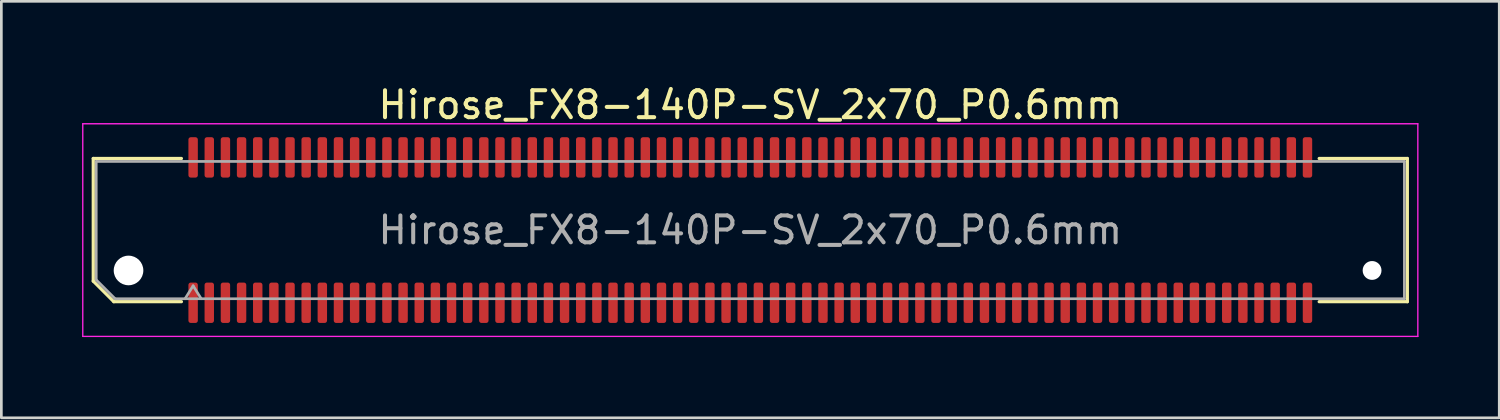
<source format=kicad_pcb>
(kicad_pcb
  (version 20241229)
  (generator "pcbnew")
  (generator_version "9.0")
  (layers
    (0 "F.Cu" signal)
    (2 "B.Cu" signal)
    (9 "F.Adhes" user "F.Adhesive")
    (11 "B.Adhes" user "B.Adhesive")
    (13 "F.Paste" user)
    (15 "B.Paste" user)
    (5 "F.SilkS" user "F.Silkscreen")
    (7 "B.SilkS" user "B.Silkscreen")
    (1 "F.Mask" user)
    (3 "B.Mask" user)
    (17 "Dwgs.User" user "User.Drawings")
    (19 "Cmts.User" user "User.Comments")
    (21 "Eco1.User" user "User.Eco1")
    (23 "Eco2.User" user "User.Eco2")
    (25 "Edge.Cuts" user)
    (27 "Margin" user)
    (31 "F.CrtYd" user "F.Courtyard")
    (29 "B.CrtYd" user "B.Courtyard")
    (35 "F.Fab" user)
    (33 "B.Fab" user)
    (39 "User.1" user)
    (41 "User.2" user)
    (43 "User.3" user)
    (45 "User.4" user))
  (footprint "Hirose_FX8-140P-SV_2x70_P0.6mm"
    (layer "F.Cu")
    (at 24.825 5.498)
    (property "Reference" "Hirose_FX8-140P-SV_2x70_P0.6mm" (at 0 -4.65 0) (layer "F.SilkS") (effects (font (size 1 1) (thickness 0.15))))
    (attr smd)
    (fp_line (start -24.41 -2.66) (end -21.135 -2.66) (stroke (width 0.12) (type solid)) (layer "F.SilkS"))
    (fp_line (start -24.41 1.896) (end -24.41 -2.66) (stroke (width 0.12) (type solid)) (layer "F.SilkS"))
    (fp_line (start -23.646 2.66) (end -24.41 1.896) (stroke (width 0.12) (type solid)) (layer "F.SilkS"))
    (fp_line (start -21.135 2.66) (end -23.646 2.66) (stroke (width 0.12) (type solid)) (layer "F.SilkS"))
    (fp_line (start 21.135 -2.66) (end 24.41 -2.66) (stroke (width 0.12) (type solid)) (layer "F.SilkS"))
    (fp_line (start 24.41 -2.66) (end 24.41 2.66) (stroke (width 0.12) (type solid)) (layer "F.SilkS"))
    (fp_line (start 24.41 2.66) (end 21.135 2.66) (stroke (width 0.12) (type solid)) (layer "F.SilkS"))
    (fp_line (start -24.8 -3.95) (end -24.8 3.95) (stroke (width 0.05) (type solid)) (layer "F.CrtYd"))
    (fp_line (start -24.8 3.95) (end 24.8 3.95) (stroke (width 0.05) (type solid)) (layer "F.CrtYd"))
    (fp_line (start 24.8 -3.95) (end -24.8 -3.95) (stroke (width 0.05) (type solid)) (layer "F.CrtYd"))
    (fp_line (start 24.8 3.95) (end 24.8 -3.95) (stroke (width 0.05) (type solid)) (layer "F.CrtYd"))
    (fp_line (start -24.3 -2.55) (end 24.3 -2.55) (stroke (width 0.1) (type solid)) (layer "F.Fab"))
    (fp_line (start -24.3 1.85) (end -24.3 -2.55) (stroke (width 0.1) (type solid)) (layer "F.Fab"))
    (fp_line (start -23.6 2.55) (end -24.3 1.85) (stroke (width 0.1) (type solid)) (layer "F.Fab"))
    (fp_line (start -21 2.55) (end -20.7 2.07) (stroke (width 0.1) (type solid)) (layer "F.Fab"))
    (fp_line (start -20.7 2.07) (end -20.4 2.55) (stroke (width 0.1) (type solid)) (layer "F.Fab"))
    (fp_line (start 24.3 -2.55) (end 24.3 2.55) (stroke (width 0.1) (type solid)) (layer "F.Fab"))
    (fp_line (start 24.3 2.55) (end -23.6 2.55) (stroke (width 0.1) (type solid)) (layer "F.Fab"))
    (fp_text user "${REFERENCE}" (at 0 0 0) (layer "F.Fab") (effects (font (size 1 1) (thickness 0.15))))
    (pad "" np_thru_hole circle (at -23.1 1.5) (size 1.1 1.1) (drill 1.1) (layers "*.Cu" "*.Mask"))
    (pad "" np_thru_hole circle (at 23.1 1.5) (size 0.7 0.7) (drill 0.7) (layers "*.Cu" "*.Mask"))
    (pad "1" smd roundrect (at -20.7 2.7) (size 0.35 1.5) (layers "F.Cu" "F.Mask" "F.Paste") (roundrect_rratio 0.25))
    (pad "2" smd roundrect (at -20.7 -2.7) (size 0.35 1.5) (layers "F.Cu" "F.Mask" "F.Paste") (roundrect_rratio 0.25))
    (pad "3" smd roundrect (at -20.1 2.7) (size 0.35 1.5) (layers "F.Cu" "F.Mask" "F.Paste") (roundrect_rratio 0.25))
    (pad "4" smd roundrect (at -20.1 -2.7) (size 0.35 1.5) (layers "F.Cu" "F.Mask" "F.Paste") (roundrect_rratio 0.25))
    (pad "5" smd roundrect (at -19.5 2.7) (size 0.35 1.5) (layers "F.Cu" "F.Mask" "F.Paste") (roundrect_rratio 0.25))
    (pad "6" smd roundrect (at -19.5 -2.7) (size 0.35 1.5) (layers "F.Cu" "F.Mask" "F.Paste") (roundrect_rratio 0.25))
    (pad "7" smd roundrect (at -18.9 2.7) (size 0.35 1.5) (layers "F.Cu" "F.Mask" "F.Paste") (roundrect_rratio 0.25))
    (pad "8" smd roundrect (at -18.9 -2.7) (size 0.35 1.5) (layers "F.Cu" "F.Mask" "F.Paste") (roundrect_rratio 0.25))
    (pad "9" smd roundrect (at -18.3 2.7) (size 0.35 1.5) (layers "F.Cu" "F.Mask" "F.Paste") (roundrect_rratio 0.25))
    (pad "10" smd roundrect (at -18.3 -2.7) (size 0.35 1.5) (layers "F.Cu" "F.Mask" "F.Paste") (roundrect_rratio 0.25))
    (pad "11" smd roundrect (at -17.7 2.7) (size 0.35 1.5) (layers "F.Cu" "F.Mask" "F.Paste") (roundrect_rratio 0.25))
    (pad "12" smd roundrect (at -17.7 -2.7) (size 0.35 1.5) (layers "F.Cu" "F.Mask" "F.Paste") (roundrect_rratio 0.25))
    (pad "13" smd roundrect (at -17.1 2.7) (size 0.35 1.5) (layers "F.Cu" "F.Mask" "F.Paste") (roundrect_rratio 0.25))
    (pad "14" smd roundrect (at -17.1 -2.7) (size 0.35 1.5) (layers "F.Cu" "F.Mask" "F.Paste") (roundrect_rratio 0.25))
    (pad "15" smd roundrect (at -16.5 2.7) (size 0.35 1.5) (layers "F.Cu" "F.Mask" "F.Paste") (roundrect_rratio 0.25))
    (pad "16" smd roundrect (at -16.5 -2.7) (size 0.35 1.5) (layers "F.Cu" "F.Mask" "F.Paste") (roundrect_rratio 0.25))
    (pad "17" smd roundrect (at -15.9 2.7) (size 0.35 1.5) (layers "F.Cu" "F.Mask" "F.Paste") (roundrect_rratio 0.25))
    (pad "18" smd roundrect (at -15.9 -2.7) (size 0.35 1.5) (layers "F.Cu" "F.Mask" "F.Paste") (roundrect_rratio 0.25))
    (pad "19" smd roundrect (at -15.3 2.7) (size 0.35 1.5) (layers "F.Cu" "F.Mask" "F.Paste") (roundrect_rratio 0.25))
    (pad "20" smd roundrect (at -15.3 -2.7) (size 0.35 1.5) (layers "F.Cu" "F.Mask" "F.Paste") (roundrect_rratio 0.25))
    (pad "21" smd roundrect (at -14.7 2.7) (size 0.35 1.5) (layers "F.Cu" "F.Mask" "F.Paste") (roundrect_rratio 0.25))
    (pad "22" smd roundrect (at -14.7 -2.7) (size 0.35 1.5) (layers "F.Cu" "F.Mask" "F.Paste") (roundrect_rratio 0.25))
    (pad "23" smd roundrect (at -14.1 2.7) (size 0.35 1.5) (layers "F.Cu" "F.Mask" "F.Paste") (roundrect_rratio 0.25))
    (pad "24" smd roundrect (at -14.1 -2.7) (size 0.35 1.5) (layers "F.Cu" "F.Mask" "F.Paste") (roundrect_rratio 0.25))
    (pad "25" smd roundrect (at -13.5 2.7) (size 0.35 1.5) (layers "F.Cu" "F.Mask" "F.Paste") (roundrect_rratio 0.25))
    (pad "26" smd roundrect (at -13.5 -2.7) (size 0.35 1.5) (layers "F.Cu" "F.Mask" "F.Paste") (roundrect_rratio 0.25))
    (pad "27" smd roundrect (at -12.9 2.7) (size 0.35 1.5) (layers "F.Cu" "F.Mask" "F.Paste") (roundrect_rratio 0.25))
    (pad "28" smd roundrect (at -12.9 -2.7) (size 0.35 1.5) (layers "F.Cu" "F.Mask" "F.Paste") (roundrect_rratio 0.25))
    (pad "29" smd roundrect (at -12.3 2.7) (size 0.35 1.5) (layers "F.Cu" "F.Mask" "F.Paste") (roundrect_rratio 0.25))
    (pad "30" smd roundrect (at -12.3 -2.7) (size 0.35 1.5) (layers "F.Cu" "F.Mask" "F.Paste") (roundrect_rratio 0.25))
    (pad "31" smd roundrect (at -11.7 2.7) (size 0.35 1.5) (layers "F.Cu" "F.Mask" "F.Paste") (roundrect_rratio 0.25))
    (pad "32" smd roundrect (at -11.7 -2.7) (size 0.35 1.5) (layers "F.Cu" "F.Mask" "F.Paste") (roundrect_rratio 0.25))
    (pad "33" smd roundrect (at -11.1 2.7) (size 0.35 1.5) (layers "F.Cu" "F.Mask" "F.Paste") (roundrect_rratio 0.25))
    (pad "34" smd roundrect (at -11.1 -2.7) (size 0.35 1.5) (layers "F.Cu" "F.Mask" "F.Paste") (roundrect_rratio 0.25))
    (pad "35" smd roundrect (at -10.5 2.7) (size 0.35 1.5) (layers "F.Cu" "F.Mask" "F.Paste") (roundrect_rratio 0.25))
    (pad "36" smd roundrect (at -10.5 -2.7) (size 0.35 1.5) (layers "F.Cu" "F.Mask" "F.Paste") (roundrect_rratio 0.25))
    (pad "37" smd roundrect (at -9.9 2.7) (size 0.35 1.5) (layers "F.Cu" "F.Mask" "F.Paste") (roundrect_rratio 0.25))
    (pad "38" smd roundrect (at -9.9 -2.7) (size 0.35 1.5) (layers "F.Cu" "F.Mask" "F.Paste") (roundrect_rratio 0.25))
    (pad "39" smd roundrect (at -9.3 2.7) (size 0.35 1.5) (layers "F.Cu" "F.Mask" "F.Paste") (roundrect_rratio 0.25))
    (pad "40" smd roundrect (at -9.3 -2.7) (size 0.35 1.5) (layers "F.Cu" "F.Mask" "F.Paste") (roundrect_rratio 0.25))
    (pad "41" smd roundrect (at -8.7 2.7) (size 0.35 1.5) (layers "F.Cu" "F.Mask" "F.Paste") (roundrect_rratio 0.25))
    (pad "42" smd roundrect (at -8.7 -2.7) (size 0.35 1.5) (layers "F.Cu" "F.Mask" "F.Paste") (roundrect_rratio 0.25))
    (pad "43" smd roundrect (at -8.1 2.7) (size 0.35 1.5) (layers "F.Cu" "F.Mask" "F.Paste") (roundrect_rratio 0.25))
    (pad "44" smd roundrect (at -8.1 -2.7) (size 0.35 1.5) (layers "F.Cu" "F.Mask" "F.Paste") (roundrect_rratio 0.25))
    (pad "45" smd roundrect (at -7.5 2.7) (size 0.35 1.5) (layers "F.Cu" "F.Mask" "F.Paste") (roundrect_rratio 0.25))
    (pad "46" smd roundrect (at -7.5 -2.7) (size 0.35 1.5) (layers "F.Cu" "F.Mask" "F.Paste") (roundrect_rratio 0.25))
    (pad "47" smd roundrect (at -6.9 2.7) (size 0.35 1.5) (layers "F.Cu" "F.Mask" "F.Paste") (roundrect_rratio 0.25))
    (pad "48" smd roundrect (at -6.9 -2.7) (size 0.35 1.5) (layers "F.Cu" "F.Mask" "F.Paste") (roundrect_rratio 0.25))
    (pad "49" smd roundrect (at -6.3 2.7) (size 0.35 1.5) (layers "F.Cu" "F.Mask" "F.Paste") (roundrect_rratio 0.25))
    (pad "50" smd roundrect (at -6.3 -2.7) (size 0.35 1.5) (layers "F.Cu" "F.Mask" "F.Paste") (roundrect_rratio 0.25))
    (pad "51" smd roundrect (at -5.7 2.7) (size 0.35 1.5) (layers "F.Cu" "F.Mask" "F.Paste") (roundrect_rratio 0.25))
    (pad "52" smd roundrect (at -5.7 -2.7) (size 0.35 1.5) (layers "F.Cu" "F.Mask" "F.Paste") (roundrect_rratio 0.25))
    (pad "53" smd roundrect (at -5.1 2.7) (size 0.35 1.5) (layers "F.Cu" "F.Mask" "F.Paste") (roundrect_rratio 0.25))
    (pad "54" smd roundrect (at -5.1 -2.7) (size 0.35 1.5) (layers "F.Cu" "F.Mask" "F.Paste") (roundrect_rratio 0.25))
    (pad "55" smd roundrect (at -4.5 2.7) (size 0.35 1.5) (layers "F.Cu" "F.Mask" "F.Paste") (roundrect_rratio 0.25))
    (pad "56" smd roundrect (at -4.5 -2.7) (size 0.35 1.5) (layers "F.Cu" "F.Mask" "F.Paste") (roundrect_rratio 0.25))
    (pad "57" smd roundrect (at -3.9 2.7) (size 0.35 1.5) (layers "F.Cu" "F.Mask" "F.Paste") (roundrect_rratio 0.25))
    (pad "58" smd roundrect (at -3.9 -2.7) (size 0.35 1.5) (layers "F.Cu" "F.Mask" "F.Paste") (roundrect_rratio 0.25))
    (pad "59" smd roundrect (at -3.3 2.7) (size 0.35 1.5) (layers "F.Cu" "F.Mask" "F.Paste") (roundrect_rratio 0.25))
    (pad "60" smd roundrect (at -3.3 -2.7) (size 0.35 1.5) (layers "F.Cu" "F.Mask" "F.Paste") (roundrect_rratio 0.25))
    (pad "61" smd roundrect (at -2.7 2.7) (size 0.35 1.5) (layers "F.Cu" "F.Mask" "F.Paste") (roundrect_rratio 0.25))
    (pad "62" smd roundrect (at -2.7 -2.7) (size 0.35 1.5) (layers "F.Cu" "F.Mask" "F.Paste") (roundrect_rratio 0.25))
    (pad "63" smd roundrect (at -2.1 2.7) (size 0.35 1.5) (layers "F.Cu" "F.Mask" "F.Paste") (roundrect_rratio 0.25))
    (pad "64" smd roundrect (at -2.1 -2.7) (size 0.35 1.5) (layers "F.Cu" "F.Mask" "F.Paste") (roundrect_rratio 0.25))
    (pad "65" smd roundrect (at -1.5 2.7) (size 0.35 1.5) (layers "F.Cu" "F.Mask" "F.Paste") (roundrect_rratio 0.25))
    (pad "66" smd roundrect (at -1.5 -2.7) (size 0.35 1.5) (layers "F.Cu" "F.Mask" "F.Paste") (roundrect_rratio 0.25))
    (pad "67" smd roundrect (at -0.9 2.7) (size 0.35 1.5) (layers "F.Cu" "F.Mask" "F.Paste") (roundrect_rratio 0.25))
    (pad "68" smd roundrect (at -0.9 -2.7) (size 0.35 1.5) (layers "F.Cu" "F.Mask" "F.Paste") (roundrect_rratio 0.25))
    (pad "69" smd roundrect (at -0.3 2.7) (size 0.35 1.5) (layers "F.Cu" "F.Mask" "F.Paste") (roundrect_rratio 0.25))
    (pad "70" smd roundrect (at -0.3 -2.7) (size 0.35 1.5) (layers "F.Cu" "F.Mask" "F.Paste") (roundrect_rratio 0.25))
    (pad "71" smd roundrect (at 0.3 2.7) (size 0.35 1.5) (layers "F.Cu" "F.Mask" "F.Paste") (roundrect_rratio 0.25))
    (pad "72" smd roundrect (at 0.3 -2.7) (size 0.35 1.5) (layers "F.Cu" "F.Mask" "F.Paste") (roundrect_rratio 0.25))
    (pad "73" smd roundrect (at 0.9 2.7) (size 0.35 1.5) (layers "F.Cu" "F.Mask" "F.Paste") (roundrect_rratio 0.25))
    (pad "74" smd roundrect (at 0.9 -2.7) (size 0.35 1.5) (layers "F.Cu" "F.Mask" "F.Paste") (roundrect_rratio 0.25))
    (pad "75" smd roundrect (at 1.5 2.7) (size 0.35 1.5) (layers "F.Cu" "F.Mask" "F.Paste") (roundrect_rratio 0.25))
    (pad "76" smd roundrect (at 1.5 -2.7) (size 0.35 1.5) (layers "F.Cu" "F.Mask" "F.Paste") (roundrect_rratio 0.25))
    (pad "77" smd roundrect (at 2.1 2.7) (size 0.35 1.5) (layers "F.Cu" "F.Mask" "F.Paste") (roundrect_rratio 0.25))
    (pad "78" smd roundrect (at 2.1 -2.7) (size 0.35 1.5) (layers "F.Cu" "F.Mask" "F.Paste") (roundrect_rratio 0.25))
    (pad "79" smd roundrect (at 2.7 2.7) (size 0.35 1.5) (layers "F.Cu" "F.Mask" "F.Paste") (roundrect_rratio 0.25))
    (pad "80" smd roundrect (at 2.7 -2.7) (size 0.35 1.5) (layers "F.Cu" "F.Mask" "F.Paste") (roundrect_rratio 0.25))
    (pad "81" smd roundrect (at 3.3 2.7) (size 0.35 1.5) (layers "F.Cu" "F.Mask" "F.Paste") (roundrect_rratio 0.25))
    (pad "82" smd roundrect (at 3.3 -2.7) (size 0.35 1.5) (layers "F.Cu" "F.Mask" "F.Paste") (roundrect_rratio 0.25))
    (pad "83" smd roundrect (at 3.9 2.7) (size 0.35 1.5) (layers "F.Cu" "F.Mask" "F.Paste") (roundrect_rratio 0.25))
    (pad "84" smd roundrect (at 3.9 -2.7) (size 0.35 1.5) (layers "F.Cu" "F.Mask" "F.Paste") (roundrect_rratio 0.25))
    (pad "85" smd roundrect (at 4.5 2.7) (size 0.35 1.5) (layers "F.Cu" "F.Mask" "F.Paste") (roundrect_rratio 0.25))
    (pad "86" smd roundrect (at 4.5 -2.7) (size 0.35 1.5) (layers "F.Cu" "F.Mask" "F.Paste") (roundrect_rratio 0.25))
    (pad "87" smd roundrect (at 5.1 2.7) (size 0.35 1.5) (layers "F.Cu" "F.Mask" "F.Paste") (roundrect_rratio 0.25))
    (pad "88" smd roundrect (at 5.1 -2.7) (size 0.35 1.5) (layers "F.Cu" "F.Mask" "F.Paste") (roundrect_rratio 0.25))
    (pad "89" smd roundrect (at 5.7 2.7) (size 0.35 1.5) (layers "F.Cu" "F.Mask" "F.Paste") (roundrect_rratio 0.25))
    (pad "90" smd roundrect (at 5.7 -2.7) (size 0.35 1.5) (layers "F.Cu" "F.Mask" "F.Paste") (roundrect_rratio 0.25))
    (pad "91" smd roundrect (at 6.3 2.7) (size 0.35 1.5) (layers "F.Cu" "F.Mask" "F.Paste") (roundrect_rratio 0.25))
    (pad "92" smd roundrect (at 6.3 -2.7) (size 0.35 1.5) (layers "F.Cu" "F.Mask" "F.Paste") (roundrect_rratio 0.25))
    (pad "93" smd roundrect (at 6.9 2.7) (size 0.35 1.5) (layers "F.Cu" "F.Mask" "F.Paste") (roundrect_rratio 0.25))
    (pad "94" smd roundrect (at 6.9 -2.7) (size 0.35 1.5) (layers "F.Cu" "F.Mask" "F.Paste") (roundrect_rratio 0.25))
    (pad "95" smd roundrect (at 7.5 2.7) (size 0.35 1.5) (layers "F.Cu" "F.Mask" "F.Paste") (roundrect_rratio 0.25))
    (pad "96" smd roundrect (at 7.5 -2.7) (size 0.35 1.5) (layers "F.Cu" "F.Mask" "F.Paste") (roundrect_rratio 0.25))
    (pad "97" smd roundrect (at 8.1 2.7) (size 0.35 1.5) (layers "F.Cu" "F.Mask" "F.Paste") (roundrect_rratio 0.25))
    (pad "98" smd roundrect (at 8.1 -2.7) (size 0.35 1.5) (layers "F.Cu" "F.Mask" "F.Paste") (roundrect_rratio 0.25))
    (pad "99" smd roundrect (at 8.7 2.7) (size 0.35 1.5) (layers "F.Cu" "F.Mask" "F.Paste") (roundrect_rratio 0.25))
    (pad "100" smd roundrect (at 8.7 -2.7) (size 0.35 1.5) (layers "F.Cu" "F.Mask" "F.Paste") (roundrect_rratio 0.25))
    (pad "101" smd roundrect (at 9.3 2.7) (size 0.35 1.5) (layers "F.Cu" "F.Mask" "F.Paste") (roundrect_rratio 0.25))
    (pad "102" smd roundrect (at 9.3 -2.7) (size 0.35 1.5) (layers "F.Cu" "F.Mask" "F.Paste") (roundrect_rratio 0.25))
    (pad "103" smd roundrect (at 9.9 2.7) (size 0.35 1.5) (layers "F.Cu" "F.Mask" "F.Paste") (roundrect_rratio 0.25))
    (pad "104" smd roundrect (at 9.9 -2.7) (size 0.35 1.5) (layers "F.Cu" "F.Mask" "F.Paste") (roundrect_rratio 0.25))
    (pad "105" smd roundrect (at 10.5 2.7) (size 0.35 1.5) (layers "F.Cu" "F.Mask" "F.Paste") (roundrect_rratio 0.25))
    (pad "106" smd roundrect (at 10.5 -2.7) (size 0.35 1.5) (layers "F.Cu" "F.Mask" "F.Paste") (roundrect_rratio 0.25))
    (pad "107" smd roundrect (at 11.1 2.7) (size 0.35 1.5) (layers "F.Cu" "F.Mask" "F.Paste") (roundrect_rratio 0.25))
    (pad "108" smd roundrect (at 11.1 -2.7) (size 0.35 1.5) (layers "F.Cu" "F.Mask" "F.Paste") (roundrect_rratio 0.25))
    (pad "109" smd roundrect (at 11.7 2.7) (size 0.35 1.5) (layers "F.Cu" "F.Mask" "F.Paste") (roundrect_rratio 0.25))
    (pad "110" smd roundrect (at 11.7 -2.7) (size 0.35 1.5) (layers "F.Cu" "F.Mask" "F.Paste") (roundrect_rratio 0.25))
    (pad "111" smd roundrect (at 12.3 2.7) (size 0.35 1.5) (layers "F.Cu" "F.Mask" "F.Paste") (roundrect_rratio 0.25))
    (pad "112" smd roundrect (at 12.3 -2.7) (size 0.35 1.5) (layers "F.Cu" "F.Mask" "F.Paste") (roundrect_rratio 0.25))
    (pad "113" smd roundrect (at 12.9 2.7) (size 0.35 1.5) (layers "F.Cu" "F.Mask" "F.Paste") (roundrect_rratio 0.25))
    (pad "114" smd roundrect (at 12.9 -2.7) (size 0.35 1.5) (layers "F.Cu" "F.Mask" "F.Paste") (roundrect_rratio 0.25))
    (pad "115" smd roundrect (at 13.5 2.7) (size 0.35 1.5) (layers "F.Cu" "F.Mask" "F.Paste") (roundrect_rratio 0.25))
    (pad "116" smd roundrect (at 13.5 -2.7) (size 0.35 1.5) (layers "F.Cu" "F.Mask" "F.Paste") (roundrect_rratio 0.25))
    (pad "117" smd roundrect (at 14.1 2.7) (size 0.35 1.5) (layers "F.Cu" "F.Mask" "F.Paste") (roundrect_rratio 0.25))
    (pad "118" smd roundrect (at 14.1 -2.7) (size 0.35 1.5) (layers "F.Cu" "F.Mask" "F.Paste") (roundrect_rratio 0.25))
    (pad "119" smd roundrect (at 14.7 2.7) (size 0.35 1.5) (layers "F.Cu" "F.Mask" "F.Paste") (roundrect_rratio 0.25))
    (pad "120" smd roundrect (at 14.7 -2.7) (size 0.35 1.5) (layers "F.Cu" "F.Mask" "F.Paste") (roundrect_rratio 0.25))
    (pad "121" smd roundrect (at 15.3 2.7) (size 0.35 1.5) (layers "F.Cu" "F.Mask" "F.Paste") (roundrect_rratio 0.25))
    (pad "122" smd roundrect (at 15.3 -2.7) (size 0.35 1.5) (layers "F.Cu" "F.Mask" "F.Paste") (roundrect_rratio 0.25))
    (pad "123" smd roundrect (at 15.9 2.7) (size 0.35 1.5) (layers "F.Cu" "F.Mask" "F.Paste") (roundrect_rratio 0.25))
    (pad "124" smd roundrect (at 15.9 -2.7) (size 0.35 1.5) (layers "F.Cu" "F.Mask" "F.Paste") (roundrect_rratio 0.25))
    (pad "125" smd roundrect (at 16.5 2.7) (size 0.35 1.5) (layers "F.Cu" "F.Mask" "F.Paste") (roundrect_rratio 0.25))
    (pad "126" smd roundrect (at 16.5 -2.7) (size 0.35 1.5) (layers "F.Cu" "F.Mask" "F.Paste") (roundrect_rratio 0.25))
    (pad "127" smd roundrect (at 17.1 2.7) (size 0.35 1.5) (layers "F.Cu" "F.Mask" "F.Paste") (roundrect_rratio 0.25))
    (pad "128" smd roundrect (at 17.1 -2.7) (size 0.35 1.5) (layers "F.Cu" "F.Mask" "F.Paste") (roundrect_rratio 0.25))
    (pad "129" smd roundrect (at 17.7 2.7) (size 0.35 1.5) (layers "F.Cu" "F.Mask" "F.Paste") (roundrect_rratio 0.25))
    (pad "130" smd roundrect (at 17.7 -2.7) (size 0.35 1.5) (layers "F.Cu" "F.Mask" "F.Paste") (roundrect_rratio 0.25))
    (pad "131" smd roundrect (at 18.3 2.7) (size 0.35 1.5) (layers "F.Cu" "F.Mask" "F.Paste") (roundrect_rratio 0.25))
    (pad "132" smd roundrect (at 18.3 -2.7) (size 0.35 1.5) (layers "F.Cu" "F.Mask" "F.Paste") (roundrect_rratio 0.25))
    (pad "133" smd roundrect (at 18.9 2.7) (size 0.35 1.5) (layers "F.Cu" "F.Mask" "F.Paste") (roundrect_rratio 0.25))
    (pad "134" smd roundrect (at 18.9 -2.7) (size 0.35 1.5) (layers "F.Cu" "F.Mask" "F.Paste") (roundrect_rratio 0.25))
    (pad "135" smd roundrect (at 19.5 2.7) (size 0.35 1.5) (layers "F.Cu" "F.Mask" "F.Paste") (roundrect_rratio 0.25))
    (pad "136" smd roundrect (at 19.5 -2.7) (size 0.35 1.5) (layers "F.Cu" "F.Mask" "F.Paste") (roundrect_rratio 0.25))
    (pad "137" smd roundrect (at 20.1 2.7) (size 0.35 1.5) (layers "F.Cu" "F.Mask" "F.Paste") (roundrect_rratio 0.25))
    (pad "138" smd roundrect (at 20.1 -2.7) (size 0.35 1.5) (layers "F.Cu" "F.Mask" "F.Paste") (roundrect_rratio 0.25))
    (pad "139" smd roundrect (at 20.7 2.7) (size 0.35 1.5) (layers "F.Cu" "F.Mask" "F.Paste") (roundrect_rratio 0.25))
    (pad "140" smd roundrect (at 20.7 -2.7) (size 0.35 1.5) (layers "F.Cu" "F.Mask" "F.Paste") (roundrect_rratio 0.25)))
  (gr_rect
    (start -3 -3)
    (end 52.65 12.473)
    (stroke (width 0.1) (type default))
    (fill no)
    (layer "Edge.Cuts")))
</source>
